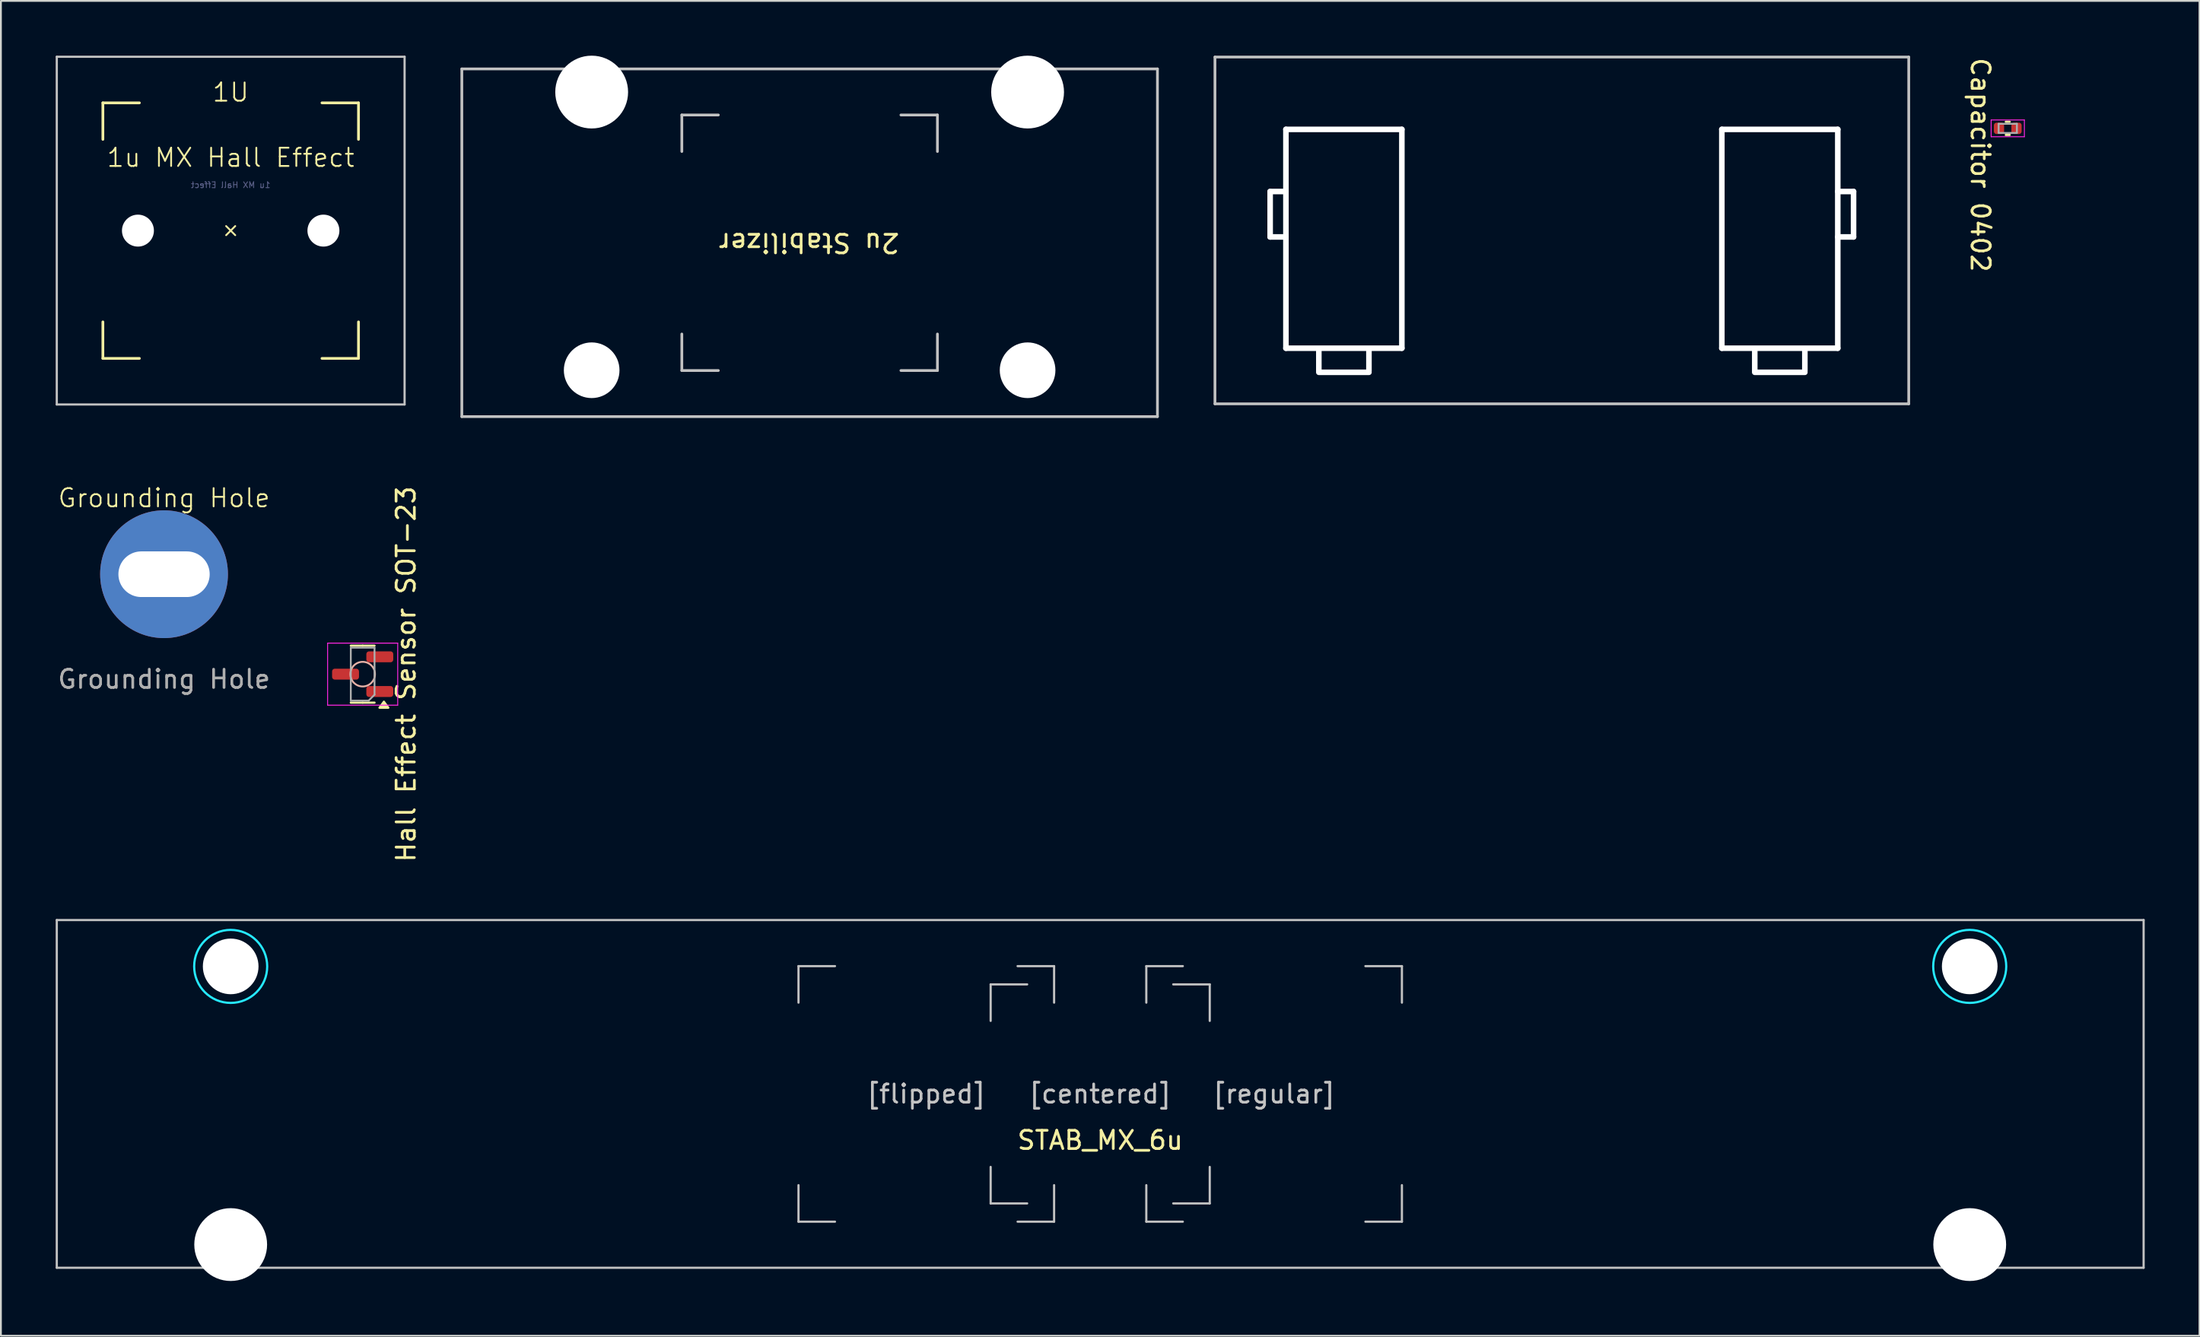
<source format=kicad_pcb>
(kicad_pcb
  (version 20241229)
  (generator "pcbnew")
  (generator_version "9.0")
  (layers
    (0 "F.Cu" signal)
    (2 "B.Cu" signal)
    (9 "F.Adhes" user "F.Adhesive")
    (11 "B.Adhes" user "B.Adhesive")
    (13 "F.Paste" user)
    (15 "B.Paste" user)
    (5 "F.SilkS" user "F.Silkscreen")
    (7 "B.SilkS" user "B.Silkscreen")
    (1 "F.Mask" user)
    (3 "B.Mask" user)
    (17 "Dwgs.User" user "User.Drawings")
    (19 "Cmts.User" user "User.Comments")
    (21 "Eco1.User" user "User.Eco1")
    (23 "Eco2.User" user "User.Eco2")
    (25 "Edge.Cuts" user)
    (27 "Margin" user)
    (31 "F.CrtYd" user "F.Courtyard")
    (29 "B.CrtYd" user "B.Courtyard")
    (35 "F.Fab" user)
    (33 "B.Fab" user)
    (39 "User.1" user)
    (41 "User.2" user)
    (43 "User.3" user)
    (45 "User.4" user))
  (footprint "Grounding Hole"
    (layer "F.Cu")
    (at 5.935 28.409)
    (property "Reference" "Grounding Hole" (at 0 -4.175 0) (unlocked yes) (layer "F.SilkS") (effects (font (size 1 1) (thickness 0.1))))
    (attr smd)
    (fp_text user "${REFERENCE}" (at 0 5.75 0) (unlocked yes) (layer "F.Fab") (effects (font (size 1 1) (thickness 0.15))))
    (pad "1" thru_hole circle (at 0 0) (size 7 7) (drill oval 5 2.5) (layers "*.Cu" "*.Mask")))
  (footprint "Capacitor 0402"
    (layer "F.Cu")
    (at 106.918 3.982)
    (property "Reference" "Capacitor 0402" (at -1.5 2 270) (unlocked yes) (layer "F.SilkS") (effects (font (size 1 1) (thickness 0.15))))
    (attr smd)
    (fp_line (start -0.108 -0.36) (end 0.108 -0.36) (stroke (width 0.12) (type solid)) (layer "F.SilkS"))
    (fp_line (start -0.108 0.36) (end 0.108 0.36) (stroke (width 0.12) (type solid)) (layer "F.SilkS"))
    (fp_line (start -0.91 -0.46) (end 0.91 -0.46) (stroke (width 0.05) (type solid)) (layer "F.CrtYd"))
    (fp_line (start -0.91 0.46) (end -0.91 -0.46) (stroke (width 0.05) (type solid)) (layer "F.CrtYd"))
    (fp_line (start 0.91 -0.46) (end 0.91 0.46) (stroke (width 0.05) (type solid)) (layer "F.CrtYd"))
    (fp_line (start 0.91 0.46) (end -0.91 0.46) (stroke (width 0.05) (type solid)) (layer "F.CrtYd"))
    (fp_line (start -0.5 -0.25) (end 0.5 -0.25) (stroke (width 0.1) (type solid)) (layer "F.Fab"))
    (fp_line (start -0.5 0.25) (end -0.5 -0.25) (stroke (width 0.1) (type solid)) (layer "F.Fab"))
    (fp_line (start 0.5 -0.25) (end 0.5 0.25) (stroke (width 0.1) (type solid)) (layer "F.Fab"))
    (fp_line (start 0.5 0.25) (end -0.5 0.25) (stroke (width 0.1) (type solid)) (layer "F.Fab"))
    (pad "1" smd roundrect (at -0.48 0) (size 0.56 0.62) (layers "F.Cu" "F.Mask" "F.Paste") (roundrect_rratio 0.25))
    (pad "2" smd roundrect (at 0.48 0) (size 0.56 0.62) (layers "F.Cu" "F.Mask" "F.Paste") (roundrect_rratio 0.25)))
  (footprint "1u MX Hall Effect"
    (layer "F.Cu")
    (at 9.585 9.585)
    (property "Reference" "1u MX Hall Effect" (at 0 -4 0) (unlocked yes) (layer "F.SilkS") (effects (font (size 1 1) (thickness 0.1))))
    (property "Value" "1U" (at 0 4 0) (unlocked yes) (layer "F.Fab") (hide yes) (effects (font (size 1 1) (thickness 0.15))))
    (attr smd)
    (fp_line (start -7 -7) (end -7 -5) (stroke (width 0.15) (type solid)) (layer "F.SilkS"))
    (fp_line (start -7 5) (end -7 7) (stroke (width 0.15) (type solid)) (layer "F.SilkS"))
    (fp_line (start -7 7) (end -5 7) (stroke (width 0.15) (type solid)) (layer "F.SilkS"))
    (fp_line (start -5 -7) (end -7 -7) (stroke (width 0.15) (type solid)) (layer "F.SilkS"))
    (fp_line (start 0.25 -0.25) (end -0.25 0.25) (stroke (width 0.1) (type default)) (layer "F.SilkS"))
    (fp_line (start 0.25 0.25) (end -0.25 -0.25) (stroke (width 0.1) (type default)) (layer "F.SilkS"))
    (fp_line (start 5 -7) (end 7 -7) (stroke (width 0.15) (type solid)) (layer "F.SilkS"))
    (fp_line (start 5 7) (end 7 7) (stroke (width 0.15) (type solid)) (layer "F.SilkS"))
    (fp_line (start 7 -7) (end 7 -5) (stroke (width 0.15) (type solid)) (layer "F.SilkS"))
    (fp_line (start 7 7) (end 7 5) (stroke (width 0.15) (type solid)) (layer "F.SilkS"))
    (fp_line (start -9.525 -9.525) (end 9.525 -9.525) (stroke (width 0.12) (type solid)) (layer "Dwgs.User"))
    (fp_line (start -9.525 9.525) (end -9.525 -9.525) (stroke (width 0.12) (type solid)) (layer "Dwgs.User"))
    (fp_line (start 9.525 -9.525) (end 9.525 9.525) (stroke (width 0.12) (type solid)) (layer "Dwgs.User"))
    (fp_line (start 9.525 9.525) (end -9.525 9.525) (stroke (width 0.12) (type solid)) (layer "Dwgs.User"))
    (fp_text user "${VALUE}" (at 0 -7.575 0) (unlocked yes) (layer "F.SilkS") (effects (font (size 1 1) (thickness 0.1))))
    (fp_text user "${REFERENCE}" (at 0.000184 -2.5 0) (layer "B.Fab") (effects (font (size 0.32 0.32) (thickness 0.05)) (justify mirror)))
    (pad "" np_thru_hole circle (at -5.08 -0.000055) (size 1.75 1.75) (drill 1.75) (layers "*.Cu" "*.Mask"))
    (pad "" np_thru_hole circle (at 5.08 -0.000055) (size 1.75 1.75) (drill 1.75) (layers "*.Cu" "*.Mask")))
  (footprint "2u Stabilizer"
    (layer "F.Cu")
    (at 41.263 10.249)
    (property "Reference" "2u Stabilizer" (at 0 0 180) (unlocked yes) (layer "F.SilkS") (effects (font (size 1.016 1.016) (thickness 0.153))))
    (attr through_hole exclude_from_pos_files)
    (fp_line (start -19.018 -9.525) (end 19.082 -9.525) (stroke (width 0.15) (type solid)) (layer "Dwgs.User"))
    (fp_line (start -19.018 9.525) (end -19.018 -9.525) (stroke (width 0.15) (type solid)) (layer "Dwgs.User"))
    (fp_line (start -6.968 -7) (end -6.968 -5) (stroke (width 0.15) (type solid)) (layer "Dwgs.User"))
    (fp_line (start -6.968 5) (end -6.968 7) (stroke (width 0.15) (type solid)) (layer "Dwgs.User"))
    (fp_line (start -6.968 7) (end -4.968 7) (stroke (width 0.15) (type solid)) (layer "Dwgs.User"))
    (fp_line (start -4.968 -7) (end -6.968 -7) (stroke (width 0.15) (type solid)) (layer "Dwgs.User"))
    (fp_line (start 5.032 -7) (end 7.032 -7) (stroke (width 0.15) (type solid)) (layer "Dwgs.User"))
    (fp_line (start 5.032 7) (end 7.032 7) (stroke (width 0.15) (type solid)) (layer "Dwgs.User"))
    (fp_line (start 7.032 -7) (end 7.032 -5) (stroke (width 0.15) (type solid)) (layer "Dwgs.User"))
    (fp_line (start 7.032 7) (end 7.032 5) (stroke (width 0.15) (type solid)) (layer "Dwgs.User"))
    (fp_line (start 19.082 -9.525) (end 19.082 9.525) (stroke (width 0.15) (type solid)) (layer "Dwgs.User"))
    (fp_line (start 19.082 9.525) (end -19.018 9.525) (stroke (width 0.15) (type solid)) (layer "Dwgs.User"))
    (pad "" np_thru_hole circle (at -11.906 -8.255) (size 3.988 3.988) (drill 3.988) (layers "*.Cu" "*.Mask"))
    (pad "" np_thru_hole circle (at -11.906 6.985) (size 3.048 3.048) (drill 3.048) (layers "*.Cu" "*.Mask"))
    (pad "" np_thru_hole circle (at 11.97 -8.255) (size 3.988 3.988) (drill 3.988) (layers "*.Cu" "*.Mask"))
    (pad "" np_thru_hole circle (at 11.97 6.985) (size 3.048 3.048) (drill 3.048) (layers "*.Cu" "*.Mask")))
  (footprint "Hall Effect Sensor SOT-23"
    (layer "F.Cu")
    (at 16.814 33.884)
    (property "Reference" "Hall Effect Sensor SOT-23" (at 2.375 0 90) (unlocked yes) (layer "F.SilkS") (effects (font (size 1 1) (thickness 0.15))))
    (attr smd)
    (fp_line (start 0 -1.56) (end -0.65 -1.56) (stroke (width 0.12) (type solid)) (layer "F.SilkS"))
    (fp_line (start 0 -1.56) (end 0.65 -1.56) (stroke (width 0.12) (type solid)) (layer "F.SilkS"))
    (fp_line (start 0 1.56) (end -0.65 1.56) (stroke (width 0.12) (type solid)) (layer "F.SilkS"))
    (fp_line (start 0 1.56) (end 0.65 1.56) (stroke (width 0.12) (type solid)) (layer "F.SilkS"))
    (fp_poly (pts (xy 1.163 1.51) (xy 1.403 1.84) (xy 0.922 1.84) (xy 1.163 1.51)) (stroke (width 0.12) (type solid)) (fill yes) (layer "F.SilkS"))
    (fp_circle (center 0 0) (end 0.675 0) (stroke (width 0.1) (type default)) (fill no) (layer "B.SilkS"))
    (fp_line (start -1.92 -1.7) (end -1.92 1.7) (stroke (width 0.05) (type solid)) (layer "F.CrtYd"))
    (fp_line (start -1.92 1.7) (end 1.92 1.7) (stroke (width 0.05) (type solid)) (layer "F.CrtYd"))
    (fp_line (start 1.92 -1.7) (end -1.92 -1.7) (stroke (width 0.05) (type solid)) (layer "F.CrtYd"))
    (fp_line (start 1.92 1.7) (end 1.92 -1.7) (stroke (width 0.05) (type solid)) (layer "F.CrtYd"))
    (fp_line (start -0.65 -1.45) (end 0.65 -1.45) (stroke (width 0.1) (type solid)) (layer "F.Fab"))
    (fp_line (start -0.65 1.45) (end -0.65 -1.45) (stroke (width 0.1) (type solid)) (layer "F.Fab"))
    (fp_line (start 0.325 1.45) (end -0.65 1.45) (stroke (width 0.1) (type solid)) (layer "F.Fab"))
    (fp_line (start 0.65 -1.45) (end 0.65 1.125) (stroke (width 0.1) (type solid)) (layer "F.Fab"))
    (fp_line (start 0.65 1.125) (end 0.325 1.45) (stroke (width 0.1) (type solid)) (layer "F.Fab"))
    (pad "1" smd roundrect (at 0.938 0.95 180) (size 1.475 0.6) (layers "F.Cu" "F.Mask" "F.Paste") (roundrect_rratio 0.25))
    (pad "2" smd roundrect (at 0.938 -0.95 180) (size 1.475 0.6) (layers "F.Cu" "F.Mask" "F.Paste") (roundrect_rratio 0.25))
    (pad "3" smd roundrect (at -0.938 0 180) (size 1.475 0.6) (layers "F.Cu" "F.Mask" "F.Paste") (roundrect_rratio 0.25))
    (zone (net_name "") (layers "F.Cu" "B.Cu") (name "Magnetic") (hatch edge 0.5) (connect_pads) (min_thickness 0.25) (filled_areas_thickness no) (keepout (tracks allowed) (vias allowed) (pads allowed) (copperpour not_allowed) (footprints allowed)) (placement (enabled no)) (fill) (polygon (pts (xy 15.114 33.884) (xy 15.133 34.137) (xy 15.19 34.385) (xy 15.282 34.622) (xy 15.409 34.842) (xy 15.568 35.04) (xy 15.754 35.213) (xy 15.964 35.356) (xy 16.193 35.466) (xy 16.436 35.541) (xy 16.687 35.579) (xy 16.941 35.579) (xy 17.192 35.541) (xy 17.435 35.466) (xy 17.664 35.356) (xy 17.874 35.213) (xy 18.06 35.04) (xy 18.219 34.842) (xy 18.346 34.622) (xy 18.439 34.385) (xy 18.495 34.137) (xy 18.514 33.884) (xy 18.495 33.631) (xy 18.439 33.383) (xy 18.346 33.146) (xy 18.219 32.926) (xy 18.06 32.728) (xy 17.874 32.555) (xy 17.664 32.412) (xy 17.435 32.301) (xy 17.192 32.227) (xy 16.941 32.189) (xy 16.687 32.189) (xy 16.436 32.227) (xy 16.193 32.301) (xy 15.964 32.412) (xy 15.754 32.555) (xy 15.568 32.728) (xy 15.409 32.926) (xy 15.282 33.146) (xy 15.19 33.383) (xy 15.133 33.631)))))
  (footprint "STAB_MX_6u"
    (layer "F.Cu")
    (at 57.21 56.88)
    (property "Reference" "STAB_MX_6u" (at 0 2.54 0) (layer "F.SilkS") (effects (font (size 1 1) (thickness 0.15))))
    (attr through_hole exclude_from_pos_files exclude_from_bom)
    (fp_line (start -57.15 -9.525) (end -57.15 9.525) (stroke (width 0.12) (type solid)) (layer "Dwgs.User"))
    (fp_line (start -57.15 9.525) (end 57.15 9.525) (stroke (width 0.12) (type solid)) (layer "Dwgs.User"))
    (fp_line (start -16.525 -7) (end -14.525 -7) (stroke (width 0.12) (type solid)) (layer "Dwgs.User"))
    (fp_line (start -16.525 -5) (end -16.525 -7) (stroke (width 0.12) (type solid)) (layer "Dwgs.User"))
    (fp_line (start -16.525 7) (end -16.525 5) (stroke (width 0.12) (type solid)) (layer "Dwgs.User"))
    (fp_line (start -14.525 7) (end -16.525 7) (stroke (width 0.12) (type solid)) (layer "Dwgs.User"))
    (fp_line (start -6 -6) (end -4 -6) (stroke (width 0.12) (type solid)) (layer "Dwgs.User"))
    (fp_line (start -6 -4) (end -6 -6) (stroke (width 0.12) (type solid)) (layer "Dwgs.User"))
    (fp_line (start -6 6) (end -6 4) (stroke (width 0.12) (type solid)) (layer "Dwgs.User"))
    (fp_line (start -4.525 -7) (end -2.525 -7) (stroke (width 0.12) (type solid)) (layer "Dwgs.User"))
    (fp_line (start -4.525 7) (end -2.525 7) (stroke (width 0.12) (type solid)) (layer "Dwgs.User"))
    (fp_line (start -4 6) (end -6 6) (stroke (width 0.12) (type solid)) (layer "Dwgs.User"))
    (fp_line (start -2.525 -7) (end -2.525 -5) (stroke (width 0.12) (type solid)) (layer "Dwgs.User"))
    (fp_line (start -2.525 7) (end -2.525 5) (stroke (width 0.12) (type solid)) (layer "Dwgs.User"))
    (fp_line (start 2.525 -7) (end 4.525 -7) (stroke (width 0.12) (type solid)) (layer "Dwgs.User"))
    (fp_line (start 2.525 -5) (end 2.525 -7) (stroke (width 0.12) (type solid)) (layer "Dwgs.User"))
    (fp_line (start 2.525 7) (end 2.525 5) (stroke (width 0.12) (type solid)) (layer "Dwgs.User"))
    (fp_line (start 4 6) (end 6 6) (stroke (width 0.12) (type solid)) (layer "Dwgs.User"))
    (fp_line (start 4.525 7) (end 2.525 7) (stroke (width 0.12) (type solid)) (layer "Dwgs.User"))
    (fp_line (start 6 -6) (end 4 -6) (stroke (width 0.12) (type solid)) (layer "Dwgs.User"))
    (fp_line (start 6 -4) (end 6 -6) (stroke (width 0.12) (type solid)) (layer "Dwgs.User"))
    (fp_line (start 6 6) (end 6 4) (stroke (width 0.12) (type solid)) (layer "Dwgs.User"))
    (fp_line (start 14.525 -7) (end 16.525 -7) (stroke (width 0.12) (type solid)) (layer "Dwgs.User"))
    (fp_line (start 14.525 7) (end 16.525 7) (stroke (width 0.12) (type solid)) (layer "Dwgs.User"))
    (fp_line (start 16.525 -7) (end 16.525 -5) (stroke (width 0.12) (type solid)) (layer "Dwgs.User"))
    (fp_line (start 16.525 7) (end 16.525 5) (stroke (width 0.12) (type solid)) (layer "Dwgs.User"))
    (fp_line (start 57.15 -9.525) (end -57.15 -9.525) (stroke (width 0.12) (type solid)) (layer "Dwgs.User"))
    (fp_line (start 57.15 -9.525) (end 57.15 9.525) (stroke (width 0.12) (type solid)) (layer "Dwgs.User"))
    (fp_line (start -51 -5.5) (end -51 7.5) (stroke (width 0.05) (type solid)) (layer "Eco2.User"))
    (fp_line (start -50.5 -6) (end -44.75 -6) (stroke (width 0.05) (type solid)) (layer "Eco2.User"))
    (fp_line (start -50.5 8) (end -44.75 8) (stroke (width 0.05) (type solid)) (layer "Eco2.User"))
    (fp_line (start -44.25 -5.5) (end -44.25 7.5) (stroke (width 0.05) (type solid)) (layer "Eco2.User"))
    (fp_line (start 44.25 -5.5) (end 44.25 7.5) (stroke (width 0.05) (type solid)) (layer "Eco2.User"))
    (fp_line (start 44.75 -6) (end 50.499 -6) (stroke (width 0.05) (type solid)) (layer "Eco2.User"))
    (fp_line (start 44.75 8) (end 50.5 8) (stroke (width 0.05) (type solid)) (layer "Eco2.User"))
    (fp_line (start 50.999 -5.5) (end 51 7.5) (stroke (width 0.05) (type solid)) (layer "Eco2.User"))
    (fp_arc (start -51 -5.499999) (mid -50.853553 -5.853552) (end -50.5 -5.999999) (stroke (width 0.05) (type solid)) (layer "Eco2.User"))
    (fp_arc (start -50.5 8.000001) (mid -50.853553 7.853554) (end -51 7.500001) (stroke (width 0.05) (type solid)) (layer "Eco2.User"))
    (fp_arc (start -44.75 -5.999999) (mid -44.396447 -5.853552) (end -44.25 -5.499999) (stroke (width 0.05) (type solid)) (layer "Eco2.User"))
    (fp_arc (start -44.25 7.500001) (mid -44.396447 7.853554) (end -44.75 8.000001) (stroke (width 0.05) (type solid)) (layer "Eco2.User"))
    (fp_arc (start 44.25 -5.499999) (mid 44.396447 -5.853552) (end 44.75 -5.999999) (stroke (width 0.05) (type solid)) (layer "Eco2.User"))
    (fp_arc (start 44.75 8.000001) (mid 44.396447 7.853554) (end 44.25 7.500001) (stroke (width 0.05) (type solid)) (layer "Eco2.User"))
    (fp_arc (start 50.498789 -5.999999) (mid 50.852342 -5.853552) (end 50.998789 -5.499999) (stroke (width 0.05) (type solid)) (layer "Eco2.User"))
    (fp_arc (start 51 7.500001) (mid 50.853553 7.853554) (end 50.5 8.000001) (stroke (width 0.05) (type solid)) (layer "Eco2.User"))
    (fp_circle (center -47.625 -6.985) (end -45.625 -6.985) (stroke (width 0.12) (type solid)) (fill no) (layer "B.CrtYd"))
    (fp_circle (center 47.625 -6.985) (end 49.625 -6.985) (stroke (width 0.12) (type solid)) (fill no) (layer "B.CrtYd"))
    (fp_text user "[flipped]" (at -9.525 0 0) (layer "Dwgs.User") (effects (font (size 1 1) (thickness 0.15))))
    (fp_text user "[regular]" (at 9.525 0 0) (layer "Dwgs.User") (effects (font (size 1 1) (thickness 0.15))))
    (fp_text user "[centered]" (at 0 0 0) (layer "Dwgs.User") (effects (font (size 1 1) (thickness 0.15))))
    (pad "" np_thru_hole circle (at -47.625 -6.985) (size 3.048 3.048) (drill 3.048) (layers "*.Cu" "*.Mask"))
    (pad "" np_thru_hole circle (at -47.625 8.255) (size 3.988 3.988) (drill 3.988) (layers "*.Cu" "*.Mask"))
    (pad "" np_thru_hole circle (at 47.625 -6.985) (size 3.048 3.048) (drill 3.048) (layers "*.Cu" "*.Mask"))
    (pad "" np_thru_hole circle (at 47.625 8.255) (size 3.988 3.988) (drill 3.988) (layers "*.Cu" "*.Mask")))
  (footprint "2u Stabilizer Cutout"
    (layer "F.Cu")
    (at 82.495 9.575)
    (property "Reference" "2u Stabilizer Cutout" (at 0.25 10.05 0) (layer "Eco2.User") (effects (font (size 1 1) (thickness 0.15))))
    (attr through_hole)
    (fp_line (start -19 -9.5) (end 19 -9.5) (stroke (width 0.15) (type solid)) (layer "Dwgs.User"))
    (fp_line (start -19 9.5) (end -19 -9.5) (stroke (width 0.15) (type solid)) (layer "Dwgs.User"))
    (fp_line (start 19 -9.5) (end 19 9.5) (stroke (width 0.15) (type solid)) (layer "Dwgs.User"))
    (fp_line (start 19 9.5) (end -19 9.5) (stroke (width 0.15) (type solid)) (layer "Dwgs.User"))
    (pad "" np_thru_hole oval (at -15.977 -0.889) (size 0.305 2.794) (drill oval 0.305 2.794) (layers "*.Cu" "*.Mask"))
    (pad "" np_thru_hole oval (at -15.545 -2.134) (size 1.168 0.305) (drill oval 1.168 0.305) (layers "*.Cu" "*.Mask"))
    (pad "" np_thru_hole oval (at -15.545 0.356) (size 1.168 0.305) (drill oval 1.168 0.305) (layers "*.Cu" "*.Mask"))
    (pad "" np_thru_hole oval (at -15.113 0.457) (size 0.305 12.294) (drill oval 0.305 12.294) (layers "*.Cu" "*.Mask"))
    (pad "" np_thru_hole oval (at -13.31 7.112) (size 0.305 1.473) (drill oval 0.305 1.473) (layers "*.Cu" "*.Mask"))
    (pad "" np_thru_hole oval (at -11.938 -5.537) (size 6.655 0.305) (drill oval 6.655 0.305) (layers "*.Cu" "*.Mask"))
    (pad "" np_thru_hole oval (at -11.938 6.452) (size 6.655 0.305) (drill oval 6.655 0.305) (layers "*.Cu" "*.Mask"))
    (pad "" np_thru_hole oval (at -11.938 7.772) (size 3.048 0.305) (drill oval 3.048 0.305) (layers "*.Cu" "*.Mask"))
    (pad "" np_thru_hole oval (at -10.566 7.112) (size 0.305 1.473) (drill oval 0.305 1.473) (layers "*.Cu" "*.Mask"))
    (pad "" np_thru_hole oval (at -8.763 0.457) (size 0.305 12.294) (drill oval 0.305 12.294) (layers "*.Cu" "*.Mask"))
    (pad "" np_thru_hole oval (at 8.763 0.457) (size 0.305 12.294) (drill oval 0.305 12.294) (layers "*.Cu" "*.Mask"))
    (pad "" np_thru_hole oval (at 10.566 7.112) (size 0.305 1.473) (drill oval 0.305 1.473) (layers "*.Cu" "*.Mask"))
    (pad "" np_thru_hole oval (at 11.938 -5.537) (size 6.655 0.305) (drill oval 6.655 0.305) (layers "*.Cu" "*.Mask"))
    (pad "" np_thru_hole oval (at 11.938 6.452) (size 6.655 0.305) (drill oval 6.655 0.305) (layers "*.Cu" "*.Mask"))
    (pad "" np_thru_hole oval (at 11.938 7.772) (size 3.048 0.305) (drill oval 3.048 0.305) (layers "*.Cu" "*.Mask"))
    (pad "" np_thru_hole oval (at 13.31 7.112) (size 0.305 1.473) (drill oval 0.305 1.473) (layers "*.Cu" "*.Mask"))
    (pad "" np_thru_hole oval (at 15.113 0.457) (size 0.305 12.294) (drill oval 0.305 12.294) (layers "*.Cu" "*.Mask"))
    (pad "" np_thru_hole oval (at 15.545 -2.134) (size 1.168 0.305) (drill oval 1.168 0.305) (layers "*.Cu" "*.Mask"))
    (pad "" np_thru_hole oval (at 15.545 0.356) (size 1.168 0.305) (drill oval 1.168 0.305) (layers "*.Cu" "*.Mask"))
    (pad "" np_thru_hole oval (at 15.977 -0.889) (size 0.305 2.794) (drill oval 0.305 2.794) (layers "*.Cu" "*.Mask")))
  (gr_rect
    (start -3 -3)
    (end 117.42 70.129)
    (stroke (width 0.1) (type default))
    (fill no)
    (layer "Edge.Cuts")))
</source>
